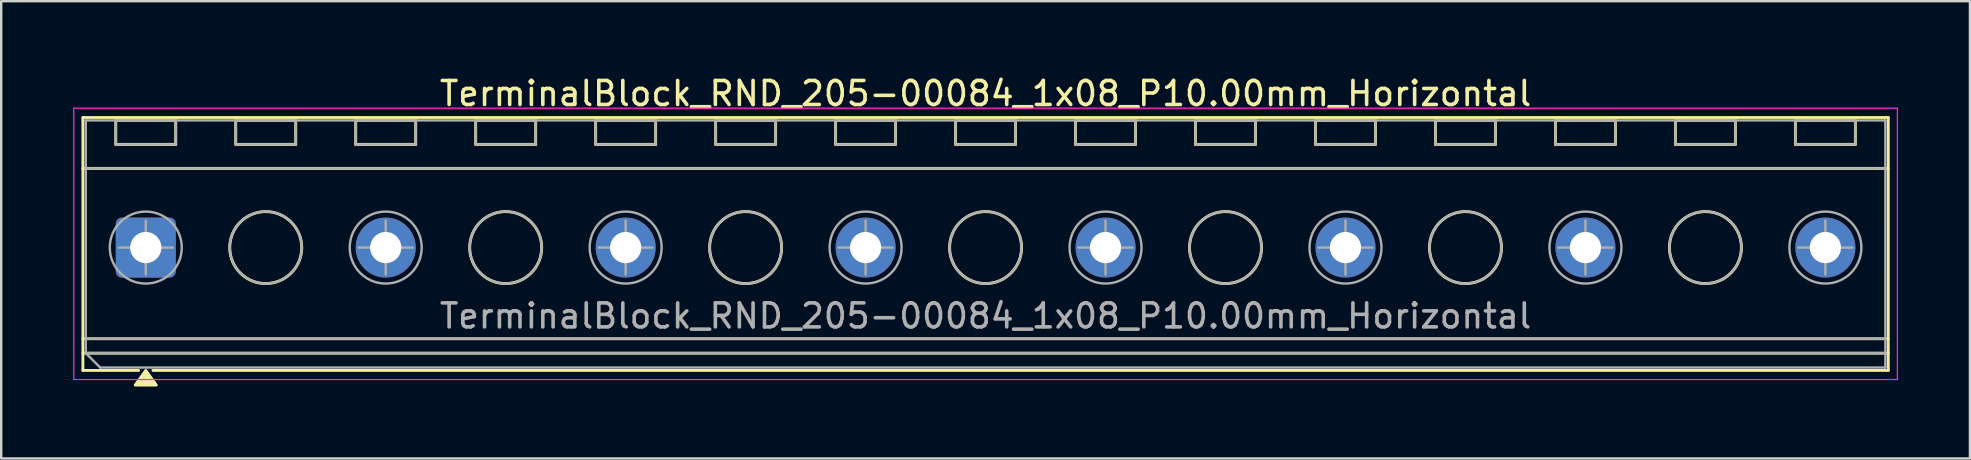
<source format=kicad_pcb>
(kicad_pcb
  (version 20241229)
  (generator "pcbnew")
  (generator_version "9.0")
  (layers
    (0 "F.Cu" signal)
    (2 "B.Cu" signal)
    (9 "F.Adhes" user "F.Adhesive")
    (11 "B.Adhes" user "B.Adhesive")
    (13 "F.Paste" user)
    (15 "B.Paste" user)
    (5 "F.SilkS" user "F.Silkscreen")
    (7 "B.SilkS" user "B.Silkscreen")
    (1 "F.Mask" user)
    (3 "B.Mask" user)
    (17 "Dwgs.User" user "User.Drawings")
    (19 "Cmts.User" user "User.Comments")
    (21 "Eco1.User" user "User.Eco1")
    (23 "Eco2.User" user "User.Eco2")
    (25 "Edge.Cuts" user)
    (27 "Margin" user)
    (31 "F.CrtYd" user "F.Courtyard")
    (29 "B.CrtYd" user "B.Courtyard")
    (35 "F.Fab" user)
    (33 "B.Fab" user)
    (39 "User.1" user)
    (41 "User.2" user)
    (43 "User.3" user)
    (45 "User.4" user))
  (footprint "TerminalBlock_RND_205-00084_1x08_P10.00mm_Horizontal"
    (layer "F.Cu")
    (at 3.025 7.268)
    (property "Reference" "TerminalBlock_RND_205-00084_1x08_P10.00mm_Horizontal" (at 35 -6.42 0) (layer "F.SilkS") (effects (font (size 1 1) (thickness 0.15))))
    (attr through_hole)
    (fp_line (start -2.62 -5.42) (end -2.62 5.12) (stroke (width 0.12) (type solid)) (layer "F.SilkS"))
    (fp_line (start -2.62 -5.42) (end 72.62 -5.42) (stroke (width 0.12) (type solid)) (layer "F.SilkS"))
    (fp_line (start -2.62 -3.3) (end 72.62 -3.3) (stroke (width 0.12) (type solid)) (layer "F.SilkS"))
    (fp_line (start -2.62 3.8) (end 72.62 3.8) (stroke (width 0.12) (type solid)) (layer "F.SilkS"))
    (fp_line (start -2.62 4.4) (end 72.62 4.4) (stroke (width 0.12) (type solid)) (layer "F.SilkS"))
    (fp_line (start -2.62 5.12) (end -0.3 5.12) (stroke (width 0.12) (type solid)) (layer "F.SilkS"))
    (fp_line (start -1.25 -5.3) (end -1.25 -4.3) (stroke (width 0.12) (type solid)) (layer "F.SilkS"))
    (fp_line (start -1.25 -5.3) (end 1.25 -5.3) (stroke (width 0.12) (type solid)) (layer "F.SilkS"))
    (fp_line (start -1.25 -4.3) (end 1.25 -4.3) (stroke (width 0.12) (type solid)) (layer "F.SilkS"))
    (fp_line (start 0.3 5.12) (end 72.62 5.12) (stroke (width 0.12) (type solid)) (layer "F.SilkS"))
    (fp_line (start 1.25 -5.3) (end 1.25 -4.3) (stroke (width 0.12) (type solid)) (layer "F.SilkS"))
    (fp_line (start 3.75 -5.3) (end 3.75 -4.3) (stroke (width 0.12) (type solid)) (layer "F.SilkS"))
    (fp_line (start 3.75 -5.3) (end 6.25 -5.3) (stroke (width 0.12) (type solid)) (layer "F.SilkS"))
    (fp_line (start 3.75 -4.3) (end 6.25 -4.3) (stroke (width 0.12) (type solid)) (layer "F.SilkS"))
    (fp_line (start 6.25 -5.3) (end 6.25 -4.3) (stroke (width 0.12) (type solid)) (layer "F.SilkS"))
    (fp_line (start 8.75 -5.3) (end 8.75 -4.3) (stroke (width 0.12) (type solid)) (layer "F.SilkS"))
    (fp_line (start 8.75 -5.3) (end 11.25 -5.3) (stroke (width 0.12) (type solid)) (layer "F.SilkS"))
    (fp_line (start 8.75 -4.3) (end 11.25 -4.3) (stroke (width 0.12) (type solid)) (layer "F.SilkS"))
    (fp_line (start 11.25 -5.3) (end 11.25 -4.3) (stroke (width 0.12) (type solid)) (layer "F.SilkS"))
    (fp_line (start 13.75 -5.3) (end 13.75 -4.3) (stroke (width 0.12) (type solid)) (layer "F.SilkS"))
    (fp_line (start 13.75 -5.3) (end 16.25 -5.3) (stroke (width 0.12) (type solid)) (layer "F.SilkS"))
    (fp_line (start 13.75 -4.3) (end 16.25 -4.3) (stroke (width 0.12) (type solid)) (layer "F.SilkS"))
    (fp_line (start 16.25 -5.3) (end 16.25 -4.3) (stroke (width 0.12) (type solid)) (layer "F.SilkS"))
    (fp_line (start 18.75 -5.3) (end 18.75 -4.3) (stroke (width 0.12) (type solid)) (layer "F.SilkS"))
    (fp_line (start 18.75 -5.3) (end 21.25 -5.3) (stroke (width 0.12) (type solid)) (layer "F.SilkS"))
    (fp_line (start 18.75 -4.3) (end 21.25 -4.3) (stroke (width 0.12) (type solid)) (layer "F.SilkS"))
    (fp_line (start 21.25 -5.3) (end 21.25 -4.3) (stroke (width 0.12) (type solid)) (layer "F.SilkS"))
    (fp_line (start 23.75 -5.3) (end 23.75 -4.3) (stroke (width 0.12) (type solid)) (layer "F.SilkS"))
    (fp_line (start 23.75 -5.3) (end 26.25 -5.3) (stroke (width 0.12) (type solid)) (layer "F.SilkS"))
    (fp_line (start 23.75 -4.3) (end 26.25 -4.3) (stroke (width 0.12) (type solid)) (layer "F.SilkS"))
    (fp_line (start 26.25 -5.3) (end 26.25 -4.3) (stroke (width 0.12) (type solid)) (layer "F.SilkS"))
    (fp_line (start 28.75 -5.3) (end 28.75 -4.3) (stroke (width 0.12) (type solid)) (layer "F.SilkS"))
    (fp_line (start 28.75 -5.3) (end 31.25 -5.3) (stroke (width 0.12) (type solid)) (layer "F.SilkS"))
    (fp_line (start 28.75 -4.3) (end 31.25 -4.3) (stroke (width 0.12) (type solid)) (layer "F.SilkS"))
    (fp_line (start 31.25 -5.3) (end 31.25 -4.3) (stroke (width 0.12) (type solid)) (layer "F.SilkS"))
    (fp_line (start 33.75 -5.3) (end 33.75 -4.3) (stroke (width 0.12) (type solid)) (layer "F.SilkS"))
    (fp_line (start 33.75 -5.3) (end 36.25 -5.3) (stroke (width 0.12) (type solid)) (layer "F.SilkS"))
    (fp_line (start 33.75 -4.3) (end 36.25 -4.3) (stroke (width 0.12) (type solid)) (layer "F.SilkS"))
    (fp_line (start 36.25 -5.3) (end 36.25 -4.3) (stroke (width 0.12) (type solid)) (layer "F.SilkS"))
    (fp_line (start 38.75 -5.3) (end 38.75 -4.3) (stroke (width 0.12) (type solid)) (layer "F.SilkS"))
    (fp_line (start 38.75 -5.3) (end 41.25 -5.3) (stroke (width 0.12) (type solid)) (layer "F.SilkS"))
    (fp_line (start 38.75 -4.3) (end 41.25 -4.3) (stroke (width 0.12) (type solid)) (layer "F.SilkS"))
    (fp_line (start 41.25 -5.3) (end 41.25 -4.3) (stroke (width 0.12) (type solid)) (layer "F.SilkS"))
    (fp_line (start 43.75 -5.3) (end 43.75 -4.3) (stroke (width 0.12) (type solid)) (layer "F.SilkS"))
    (fp_line (start 43.75 -5.3) (end 46.25 -5.3) (stroke (width 0.12) (type solid)) (layer "F.SilkS"))
    (fp_line (start 43.75 -4.3) (end 46.25 -4.3) (stroke (width 0.12) (type solid)) (layer "F.SilkS"))
    (fp_line (start 46.25 -5.3) (end 46.25 -4.3) (stroke (width 0.12) (type solid)) (layer "F.SilkS"))
    (fp_line (start 48.75 -5.3) (end 48.75 -4.3) (stroke (width 0.12) (type solid)) (layer "F.SilkS"))
    (fp_line (start 48.75 -5.3) (end 51.25 -5.3) (stroke (width 0.12) (type solid)) (layer "F.SilkS"))
    (fp_line (start 48.75 -4.3) (end 51.25 -4.3) (stroke (width 0.12) (type solid)) (layer "F.SilkS"))
    (fp_line (start 51.25 -5.3) (end 51.25 -4.3) (stroke (width 0.12) (type solid)) (layer "F.SilkS"))
    (fp_line (start 53.75 -5.3) (end 53.75 -4.3) (stroke (width 0.12) (type solid)) (layer "F.SilkS"))
    (fp_line (start 53.75 -5.3) (end 56.25 -5.3) (stroke (width 0.12) (type solid)) (layer "F.SilkS"))
    (fp_line (start 53.75 -4.3) (end 56.25 -4.3) (stroke (width 0.12) (type solid)) (layer "F.SilkS"))
    (fp_line (start 56.25 -5.3) (end 56.25 -4.3) (stroke (width 0.12) (type solid)) (layer "F.SilkS"))
    (fp_line (start 58.75 -5.3) (end 58.75 -4.3) (stroke (width 0.12) (type solid)) (layer "F.SilkS"))
    (fp_line (start 58.75 -5.3) (end 61.25 -5.3) (stroke (width 0.12) (type solid)) (layer "F.SilkS"))
    (fp_line (start 58.75 -4.3) (end 61.25 -4.3) (stroke (width 0.12) (type solid)) (layer "F.SilkS"))
    (fp_line (start 61.25 -5.3) (end 61.25 -4.3) (stroke (width 0.12) (type solid)) (layer "F.SilkS"))
    (fp_line (start 63.75 -5.3) (end 63.75 -4.3) (stroke (width 0.12) (type solid)) (layer "F.SilkS"))
    (fp_line (start 63.75 -5.3) (end 66.25 -5.3) (stroke (width 0.12) (type solid)) (layer "F.SilkS"))
    (fp_line (start 63.75 -4.3) (end 66.25 -4.3) (stroke (width 0.12) (type solid)) (layer "F.SilkS"))
    (fp_line (start 66.25 -5.3) (end 66.25 -4.3) (stroke (width 0.12) (type solid)) (layer "F.SilkS"))
    (fp_line (start 68.75 -5.3) (end 68.75 -4.3) (stroke (width 0.12) (type solid)) (layer "F.SilkS"))
    (fp_line (start 68.75 -5.3) (end 71.25 -5.3) (stroke (width 0.12) (type solid)) (layer "F.SilkS"))
    (fp_line (start 68.75 -4.3) (end 71.25 -4.3) (stroke (width 0.12) (type solid)) (layer "F.SilkS"))
    (fp_line (start 71.25 -5.3) (end 71.25 -4.3) (stroke (width 0.12) (type solid)) (layer "F.SilkS"))
    (fp_line (start 72.62 -5.42) (end 72.62 5.12) (stroke (width 0.12) (type solid)) (layer "F.SilkS"))
    (fp_circle (center 5 0) (end 6.5 0) (stroke (width 0.12) (type solid)) (fill no) (layer "F.SilkS"))
    (fp_circle (center 15 0) (end 16.5 0) (stroke (width 0.12) (type solid)) (fill no) (layer "F.SilkS"))
    (fp_circle (center 25 0) (end 26.5 0) (stroke (width 0.12) (type solid)) (fill no) (layer "F.SilkS"))
    (fp_circle (center 35 0) (end 36.5 0) (stroke (width 0.12) (type solid)) (fill no) (layer "F.SilkS"))
    (fp_circle (center 45 0) (end 46.5 0) (stroke (width 0.12) (type solid)) (fill no) (layer "F.SilkS"))
    (fp_circle (center 55 0) (end 56.5 0) (stroke (width 0.12) (type solid)) (fill no) (layer "F.SilkS"))
    (fp_circle (center 65 0) (end 66.5 0) (stroke (width 0.12) (type solid)) (fill no) (layer "F.SilkS"))
    (fp_poly (pts (xy 0 5.12) (xy 0.44 5.73) (xy -0.44 5.73)) (stroke (width 0.12) (type solid)) (fill yes) (layer "F.SilkS"))
    (fp_line (start -3 -5.81) (end -3 5.5) (stroke (width 0.05) (type solid)) (layer "F.CrtYd"))
    (fp_line (start -3 5.5) (end 73 5.5) (stroke (width 0.05) (type solid)) (layer "F.CrtYd"))
    (fp_line (start 73 -5.81) (end -3 -5.81) (stroke (width 0.05) (type solid)) (layer "F.CrtYd"))
    (fp_line (start 73 5.5) (end 73 -5.81) (stroke (width 0.05) (type solid)) (layer "F.CrtYd"))
    (fp_line (start -2.5 -5.3) (end 72.5 -5.3) (stroke (width 0.1) (type solid)) (layer "F.Fab"))
    (fp_line (start -2.5 -3.3) (end 72.5 -3.3) (stroke (width 0.1) (type solid)) (layer "F.Fab"))
    (fp_line (start -2.5 3.8) (end 72.5 3.8) (stroke (width 0.1) (type solid)) (layer "F.Fab"))
    (fp_line (start -2.5 4.4) (end -2.5 -5.3) (stroke (width 0.1) (type solid)) (layer "F.Fab"))
    (fp_line (start -2.5 4.4) (end 72.5 4.4) (stroke (width 0.1) (type solid)) (layer "F.Fab"))
    (fp_line (start -1.9 5) (end -2.5 4.4) (stroke (width 0.1) (type solid)) (layer "F.Fab"))
    (fp_line (start -1.25 -5.3) (end -1.25 -4.3) (stroke (width 0.1) (type solid)) (layer "F.Fab"))
    (fp_line (start -1.25 -4.3) (end 1.25 -4.3) (stroke (width 0.1) (type solid)) (layer "F.Fab"))
    (fp_line (start -1.125 0) (end 1.125 0) (stroke (width 0.1) (type solid)) (layer "F.Fab"))
    (fp_line (start 0 -1.125) (end 0 1.125) (stroke (width 0.1) (type solid)) (layer "F.Fab"))
    (fp_line (start 1.25 -5.3) (end -1.25 -5.3) (stroke (width 0.1) (type solid)) (layer "F.Fab"))
    (fp_line (start 1.25 -4.3) (end 1.25 -5.3) (stroke (width 0.1) (type solid)) (layer "F.Fab"))
    (fp_line (start 3.75 -5.3) (end 3.75 -4.3) (stroke (width 0.1) (type solid)) (layer "F.Fab"))
    (fp_line (start 3.75 -4.3) (end 6.25 -4.3) (stroke (width 0.1) (type solid)) (layer "F.Fab"))
    (fp_line (start 6.25 -5.3) (end 3.75 -5.3) (stroke (width 0.1) (type solid)) (layer "F.Fab"))
    (fp_line (start 6.25 -4.3) (end 6.25 -5.3) (stroke (width 0.1) (type solid)) (layer "F.Fab"))
    (fp_line (start 8.75 -5.3) (end 8.75 -4.3) (stroke (width 0.1) (type solid)) (layer "F.Fab"))
    (fp_line (start 8.75 -4.3) (end 11.25 -4.3) (stroke (width 0.1) (type solid)) (layer "F.Fab"))
    (fp_line (start 8.875 0) (end 11.125 0) (stroke (width 0.1) (type solid)) (layer "F.Fab"))
    (fp_line (start 10 -1.125) (end 10 1.125) (stroke (width 0.1) (type solid)) (layer "F.Fab"))
    (fp_line (start 11.25 -5.3) (end 8.75 -5.3) (stroke (width 0.1) (type solid)) (layer "F.Fab"))
    (fp_line (start 11.25 -4.3) (end 11.25 -5.3) (stroke (width 0.1) (type solid)) (layer "F.Fab"))
    (fp_line (start 13.75 -5.3) (end 13.75 -4.3) (stroke (width 0.1) (type solid)) (layer "F.Fab"))
    (fp_line (start 13.75 -4.3) (end 16.25 -4.3) (stroke (width 0.1) (type solid)) (layer "F.Fab"))
    (fp_line (start 16.25 -5.3) (end 13.75 -5.3) (stroke (width 0.1) (type solid)) (layer "F.Fab"))
    (fp_line (start 16.25 -4.3) (end 16.25 -5.3) (stroke (width 0.1) (type solid)) (layer "F.Fab"))
    (fp_line (start 18.75 -5.3) (end 18.75 -4.3) (stroke (width 0.1) (type solid)) (layer "F.Fab"))
    (fp_line (start 18.75 -4.3) (end 21.25 -4.3) (stroke (width 0.1) (type solid)) (layer "F.Fab"))
    (fp_line (start 18.875 0) (end 21.125 0) (stroke (width 0.1) (type solid)) (layer "F.Fab"))
    (fp_line (start 20 -1.125) (end 20 1.125) (stroke (width 0.1) (type solid)) (layer "F.Fab"))
    (fp_line (start 21.25 -5.3) (end 18.75 -5.3) (stroke (width 0.1) (type solid)) (layer "F.Fab"))
    (fp_line (start 21.25 -4.3) (end 21.25 -5.3) (stroke (width 0.1) (type solid)) (layer "F.Fab"))
    (fp_line (start 23.75 -5.3) (end 23.75 -4.3) (stroke (width 0.1) (type solid)) (layer "F.Fab"))
    (fp_line (start 23.75 -4.3) (end 26.25 -4.3) (stroke (width 0.1) (type solid)) (layer "F.Fab"))
    (fp_line (start 26.25 -5.3) (end 23.75 -5.3) (stroke (width 0.1) (type solid)) (layer "F.Fab"))
    (fp_line (start 26.25 -4.3) (end 26.25 -5.3) (stroke (width 0.1) (type solid)) (layer "F.Fab"))
    (fp_line (start 28.75 -5.3) (end 28.75 -4.3) (stroke (width 0.1) (type solid)) (layer "F.Fab"))
    (fp_line (start 28.75 -4.3) (end 31.25 -4.3) (stroke (width 0.1) (type solid)) (layer "F.Fab"))
    (fp_line (start 28.875 0) (end 31.125 0) (stroke (width 0.1) (type solid)) (layer "F.Fab"))
    (fp_line (start 30 -1.125) (end 30 1.125) (stroke (width 0.1) (type solid)) (layer "F.Fab"))
    (fp_line (start 31.25 -5.3) (end 28.75 -5.3) (stroke (width 0.1) (type solid)) (layer "F.Fab"))
    (fp_line (start 31.25 -4.3) (end 31.25 -5.3) (stroke (width 0.1) (type solid)) (layer "F.Fab"))
    (fp_line (start 33.75 -5.3) (end 33.75 -4.3) (stroke (width 0.1) (type solid)) (layer "F.Fab"))
    (fp_line (start 33.75 -4.3) (end 36.25 -4.3) (stroke (width 0.1) (type solid)) (layer "F.Fab"))
    (fp_line (start 36.25 -5.3) (end 33.75 -5.3) (stroke (width 0.1) (type solid)) (layer "F.Fab"))
    (fp_line (start 36.25 -4.3) (end 36.25 -5.3) (stroke (width 0.1) (type solid)) (layer "F.Fab"))
    (fp_line (start 38.75 -5.3) (end 38.75 -4.3) (stroke (width 0.1) (type solid)) (layer "F.Fab"))
    (fp_line (start 38.75 -4.3) (end 41.25 -4.3) (stroke (width 0.1) (type solid)) (layer "F.Fab"))
    (fp_line (start 38.875 0) (end 41.125 0) (stroke (width 0.1) (type solid)) (layer "F.Fab"))
    (fp_line (start 40 -1.125) (end 40 1.125) (stroke (width 0.1) (type solid)) (layer "F.Fab"))
    (fp_line (start 41.25 -5.3) (end 38.75 -5.3) (stroke (width 0.1) (type solid)) (layer "F.Fab"))
    (fp_line (start 41.25 -4.3) (end 41.25 -5.3) (stroke (width 0.1) (type solid)) (layer "F.Fab"))
    (fp_line (start 43.75 -5.3) (end 43.75 -4.3) (stroke (width 0.1) (type solid)) (layer "F.Fab"))
    (fp_line (start 43.75 -4.3) (end 46.25 -4.3) (stroke (width 0.1) (type solid)) (layer "F.Fab"))
    (fp_line (start 46.25 -5.3) (end 43.75 -5.3) (stroke (width 0.1) (type solid)) (layer "F.Fab"))
    (fp_line (start 46.25 -4.3) (end 46.25 -5.3) (stroke (width 0.1) (type solid)) (layer "F.Fab"))
    (fp_line (start 48.75 -5.3) (end 48.75 -4.3) (stroke (width 0.1) (type solid)) (layer "F.Fab"))
    (fp_line (start 48.75 -4.3) (end 51.25 -4.3) (stroke (width 0.1) (type solid)) (layer "F.Fab"))
    (fp_line (start 48.875 0) (end 51.125 0) (stroke (width 0.1) (type solid)) (layer "F.Fab"))
    (fp_line (start 50 -1.125) (end 50 1.125) (stroke (width 0.1) (type solid)) (layer "F.Fab"))
    (fp_line (start 51.25 -5.3) (end 48.75 -5.3) (stroke (width 0.1) (type solid)) (layer "F.Fab"))
    (fp_line (start 51.25 -4.3) (end 51.25 -5.3) (stroke (width 0.1) (type solid)) (layer "F.Fab"))
    (fp_line (start 53.75 -5.3) (end 53.75 -4.3) (stroke (width 0.1) (type solid)) (layer "F.Fab"))
    (fp_line (start 53.75 -4.3) (end 56.25 -4.3) (stroke (width 0.1) (type solid)) (layer "F.Fab"))
    (fp_line (start 56.25 -5.3) (end 53.75 -5.3) (stroke (width 0.1) (type solid)) (layer "F.Fab"))
    (fp_line (start 56.25 -4.3) (end 56.25 -5.3) (stroke (width 0.1) (type solid)) (layer "F.Fab"))
    (fp_line (start 58.75 -5.3) (end 58.75 -4.3) (stroke (width 0.1) (type solid)) (layer "F.Fab"))
    (fp_line (start 58.75 -4.3) (end 61.25 -4.3) (stroke (width 0.1) (type solid)) (layer "F.Fab"))
    (fp_line (start 58.875 0) (end 61.125 0) (stroke (width 0.1) (type solid)) (layer "F.Fab"))
    (fp_line (start 60 -1.125) (end 60 1.125) (stroke (width 0.1) (type solid)) (layer "F.Fab"))
    (fp_line (start 61.25 -5.3) (end 58.75 -5.3) (stroke (width 0.1) (type solid)) (layer "F.Fab"))
    (fp_line (start 61.25 -4.3) (end 61.25 -5.3) (stroke (width 0.1) (type solid)) (layer "F.Fab"))
    (fp_line (start 63.75 -5.3) (end 63.75 -4.3) (stroke (width 0.1) (type solid)) (layer "F.Fab"))
    (fp_line (start 63.75 -4.3) (end 66.25 -4.3) (stroke (width 0.1) (type solid)) (layer "F.Fab"))
    (fp_line (start 66.25 -5.3) (end 63.75 -5.3) (stroke (width 0.1) (type solid)) (layer "F.Fab"))
    (fp_line (start 66.25 -4.3) (end 66.25 -5.3) (stroke (width 0.1) (type solid)) (layer "F.Fab"))
    (fp_line (start 68.75 -5.3) (end 68.75 -4.3) (stroke (width 0.1) (type solid)) (layer "F.Fab"))
    (fp_line (start 68.75 -4.3) (end 71.25 -4.3) (stroke (width 0.1) (type solid)) (layer "F.Fab"))
    (fp_line (start 68.875 0) (end 71.125 0) (stroke (width 0.1) (type solid)) (layer "F.Fab"))
    (fp_line (start 70 -1.125) (end 70 1.125) (stroke (width 0.1) (type solid)) (layer "F.Fab"))
    (fp_line (start 71.25 -5.3) (end 68.75 -5.3) (stroke (width 0.1) (type solid)) (layer "F.Fab"))
    (fp_line (start 71.25 -4.3) (end 71.25 -5.3) (stroke (width 0.1) (type solid)) (layer "F.Fab"))
    (fp_line (start 72.5 -5.3) (end 72.5 5) (stroke (width 0.1) (type solid)) (layer "F.Fab"))
    (fp_line (start 72.5 5) (end -1.9 5) (stroke (width 0.1) (type solid)) (layer "F.Fab"))
    (fp_circle (center 0 0) (end 1.5 0) (stroke (width 0.1) (type solid)) (fill no) (layer "F.Fab"))
    (fp_circle (center 5 0) (end 6.5 0) (stroke (width 0.1) (type solid)) (fill no) (layer "F.Fab"))
    (fp_circle (center 10 0) (end 11.5 0) (stroke (width 0.1) (type solid)) (fill no) (layer "F.Fab"))
    (fp_circle (center 15 0) (end 16.5 0) (stroke (width 0.1) (type solid)) (fill no) (layer "F.Fab"))
    (fp_circle (center 20 0) (end 21.5 0) (stroke (width 0.1) (type solid)) (fill no) (layer "F.Fab"))
    (fp_circle (center 25 0) (end 26.5 0) (stroke (width 0.1) (type solid)) (fill no) (layer "F.Fab"))
    (fp_circle (center 30 0) (end 31.5 0) (stroke (width 0.1) (type solid)) (fill no) (layer "F.Fab"))
    (fp_circle (center 35 0) (end 36.5 0) (stroke (width 0.1) (type solid)) (fill no) (layer "F.Fab"))
    (fp_circle (center 40 0) (end 41.5 0) (stroke (width 0.1) (type solid)) (fill no) (layer "F.Fab"))
    (fp_circle (center 45 0) (end 46.5 0) (stroke (width 0.1) (type solid)) (fill no) (layer "F.Fab"))
    (fp_circle (center 50 0) (end 51.5 0) (stroke (width 0.1) (type solid)) (fill no) (layer "F.Fab"))
    (fp_circle (center 55 0) (end 56.5 0) (stroke (width 0.1) (type solid)) (fill no) (layer "F.Fab"))
    (fp_circle (center 60 0) (end 61.5 0) (stroke (width 0.1) (type solid)) (fill no) (layer "F.Fab"))
    (fp_circle (center 65 0) (end 66.5 0) (stroke (width 0.1) (type solid)) (fill no) (layer "F.Fab"))
    (fp_circle (center 70 0) (end 71.5 0) (stroke (width 0.1) (type solid)) (fill no) (layer "F.Fab"))
    (fp_text user "${REFERENCE}" (at 35 2.85 0) (layer "F.Fab") (effects (font (size 1 1) (thickness 0.15))))
    (pad "1" thru_hole roundrect (at 0 0) (size 2.5 2.5) (drill 1.3) (layers "*.Cu" "*.Mask") (roundrect_rratio 0.1))
    (pad "2" thru_hole circle (at 10 0) (size 2.5 2.5) (drill 1.3) (layers "*.Cu" "*.Mask"))
    (pad "3" thru_hole circle (at 20 0) (size 2.5 2.5) (drill 1.3) (layers "*.Cu" "*.Mask"))
    (pad "4" thru_hole circle (at 30 0) (size 2.5 2.5) (drill 1.3) (layers "*.Cu" "*.Mask"))
    (pad "5" thru_hole circle (at 40 0) (size 2.5 2.5) (drill 1.3) (layers "*.Cu" "*.Mask"))
    (pad "6" thru_hole circle (at 50 0) (size 2.5 2.5) (drill 1.3) (layers "*.Cu" "*.Mask"))
    (pad "7" thru_hole circle (at 60 0) (size 2.5 2.5) (drill 1.3) (layers "*.Cu" "*.Mask"))
    (pad "8" thru_hole circle (at 70 0) (size 2.5 2.5) (drill 1.3) (layers "*.Cu" "*.Mask")))
  (gr_rect
    (start -3 -3)
    (end 79.05 16.058)
    (stroke (width 0.1) (type default))
    (fill no)
    (layer "Edge.Cuts")))
</source>
